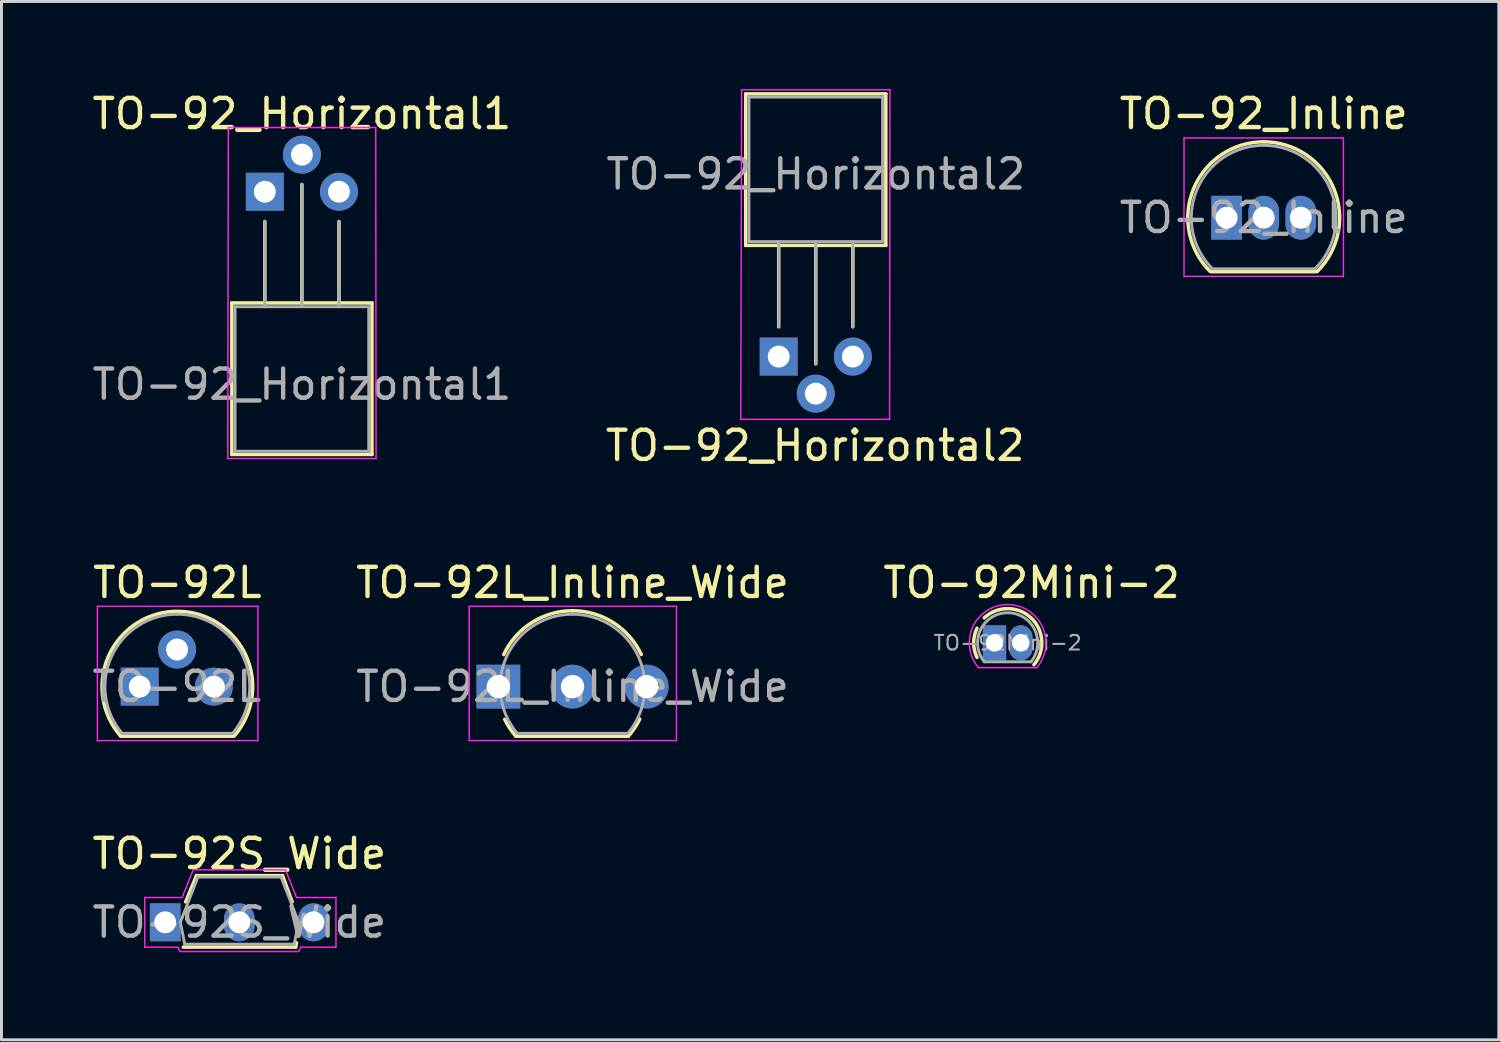
<source format=kicad_pcb>
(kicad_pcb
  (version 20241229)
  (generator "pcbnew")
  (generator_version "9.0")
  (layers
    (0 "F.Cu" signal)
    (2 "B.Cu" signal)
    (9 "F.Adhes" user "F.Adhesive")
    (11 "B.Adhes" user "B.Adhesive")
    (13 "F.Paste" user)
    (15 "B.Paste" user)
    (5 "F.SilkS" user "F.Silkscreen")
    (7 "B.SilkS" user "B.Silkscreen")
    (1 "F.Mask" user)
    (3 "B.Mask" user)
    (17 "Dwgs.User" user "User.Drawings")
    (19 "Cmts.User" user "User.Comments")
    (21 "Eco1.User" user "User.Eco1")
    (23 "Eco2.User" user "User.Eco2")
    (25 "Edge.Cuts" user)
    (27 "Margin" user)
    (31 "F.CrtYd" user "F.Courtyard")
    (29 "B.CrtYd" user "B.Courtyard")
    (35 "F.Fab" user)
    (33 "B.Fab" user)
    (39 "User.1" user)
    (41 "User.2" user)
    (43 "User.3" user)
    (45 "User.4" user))
  (footprint "TO-92_Horizontal1"
    (layer "F.Cu")
    (at 6.022 3.518)
    (property "Reference" "TO-92_Horizontal1" (at 1.27 -2.67 0) (layer "F.SilkS") (effects (font (size 1 1) (thickness 0.15))))
    (attr through_hole)
    (fp_line (start -1.13 3.81) (end 3.67 3.81) (stroke (width 0.12) (type solid)) (layer "F.SilkS"))
    (fp_line (start -1.13 9) (end -1.13 3.81) (stroke (width 0.12) (type solid)) (layer "F.SilkS"))
    (fp_line (start 0 1.02) (end 0 3.81) (stroke (width 0.12) (type solid)) (layer "F.SilkS"))
    (fp_line (start 1.27 -0.25) (end 1.27 3.81) (stroke (width 0.12) (type solid)) (layer "F.SilkS"))
    (fp_line (start 2.54 1.02) (end 2.54 3.81) (stroke (width 0.12) (type solid)) (layer "F.SilkS"))
    (fp_line (start 3.67 3.81) (end 3.67 9) (stroke (width 0.12) (type solid)) (layer "F.SilkS"))
    (fp_line (start 3.67 9) (end -1.13 9) (stroke (width 0.12) (type solid)) (layer "F.SilkS"))
    (fp_line (start -1.25 -2.2) (end -1.27 9.14) (stroke (width 0.05) (type solid)) (layer "F.CrtYd"))
    (fp_line (start -1.25 -2.2) (end 3.8 -2.2) (stroke (width 0.05) (type solid)) (layer "F.CrtYd"))
    (fp_line (start 3.81 9.14) (end -1.27 9.14) (stroke (width 0.05) (type solid)) (layer "F.CrtYd"))
    (fp_line (start 3.81 9.14) (end 3.8 -2.2) (stroke (width 0.05) (type solid)) (layer "F.CrtYd"))
    (fp_line (start -1.02 3.94) (end 3.56 3.94) (stroke (width 0.1) (type solid)) (layer "F.Fab"))
    (fp_line (start -1.02 8.89) (end -1.02 3.94) (stroke (width 0.1) (type solid)) (layer "F.Fab"))
    (fp_line (start 0 3.94) (end 0 1.02) (stroke (width 0.1) (type solid)) (layer "F.Fab"))
    (fp_line (start 1.27 3.94) (end 1.27 -0.25) (stroke (width 0.1) (type solid)) (layer "F.Fab"))
    (fp_line (start 2.54 3.94) (end 2.54 1.02) (stroke (width 0.1) (type solid)) (layer "F.Fab"))
    (fp_line (start 3.56 3.94) (end 3.56 8.89) (stroke (width 0.1) (type solid)) (layer "F.Fab"))
    (fp_line (start 3.56 8.89) (end -1.02 8.89) (stroke (width 0.1) (type solid)) (layer "F.Fab"))
    (fp_text user "${REFERENCE}" (at 1.27 6.6 0) (layer "F.Fab") (effects (font (size 1 1) (thickness 0.15))))
    (pad "1" thru_hole rect (at 0 0 90) (size 1.3 1.3) (drill 0.75) (layers "*.Cu" "*.Mask"))
    (pad "2" thru_hole circle (at 1.27 -1.27 90) (size 1.3 1.3) (drill 0.75) (layers "*.Cu" "*.Mask"))
    (pad "3" thru_hole circle (at 2.54 0 90) (size 1.3 1.3) (drill 0.75) (layers "*.Cu" "*.Mask")))
  (footprint "TO-92_Inline"
    (layer "F.Cu")
    (at 38.97 4.408)
    (property "Reference" "TO-92_Inline" (at 1.27 -3.56 0) (layer "F.SilkS") (effects (font (size 1 1) (thickness 0.15))))
    (attr through_hole)
    (fp_line (start -0.53 1.85) (end 3.07 1.85) (stroke (width 0.12) (type solid)) (layer "F.SilkS"))
    (fp_arc (start -0.568478 1.838478) (mid -1.132087 -0.994977) (end 1.27 -2.6) (stroke (width 0.12) (type solid)) (layer "F.SilkS"))
    (fp_arc (start 1.27 -2.6) (mid 3.672087 -0.994977) (end 3.108478 1.838478) (stroke (width 0.12) (type solid)) (layer "F.SilkS"))
    (fp_line (start -1.46 -2.73) (end -1.46 2.01) (stroke (width 0.05) (type solid)) (layer "F.CrtYd"))
    (fp_line (start -1.46 -2.73) (end 4 -2.73) (stroke (width 0.05) (type solid)) (layer "F.CrtYd"))
    (fp_line (start 4 2.01) (end -1.46 2.01) (stroke (width 0.05) (type solid)) (layer "F.CrtYd"))
    (fp_line (start 4 2.01) (end 4 -2.73) (stroke (width 0.05) (type solid)) (layer "F.CrtYd"))
    (fp_line (start -0.5 1.75) (end 3 1.75) (stroke (width 0.1) (type solid)) (layer "F.Fab"))
    (fp_arc (start -0.483625 1.753625) (mid -1.021221 -0.949055) (end 1.27 -2.48) (stroke (width 0.1) (type solid)) (layer "F.Fab"))
    (fp_arc (start 1.27 -2.48) (mid 3.561221 -0.949055) (end 3.023625 1.753625) (stroke (width 0.1) (type solid)) (layer "F.Fab"))
    (fp_text user "${REFERENCE}" (at 1.27 0 0) (layer "F.Fab") (effects (font (size 1 1) (thickness 0.15))))
    (pad "1" thru_hole rect (at 0 0) (size 1.05 1.5) (drill 0.75) (layers "*.Cu" "*.Mask"))
    (pad "2" thru_hole oval (at 1.27 0) (size 1.05 1.5) (drill 0.75) (layers "*.Cu" "*.Mask"))
    (pad "3" thru_hole oval (at 2.54 0) (size 1.05 1.5) (drill 0.75) (layers "*.Cu" "*.Mask")))
  (footprint "TO-92_Horizontal2"
    (layer "F.Cu")
    (at 23.625 9.165)
    (property "Reference" "TO-92_Horizontal2" (at 1.25 3.05 0) (layer "F.SilkS") (effects (font (size 1 1) (thickness 0.15))))
    (attr through_hole)
    (fp_line (start -1.13 -9) (end -1.13 -3.81) (stroke (width 0.12) (type solid)) (layer "F.SilkS"))
    (fp_line (start -1.13 -3.81) (end 3.67 -3.81) (stroke (width 0.12) (type solid)) (layer "F.SilkS"))
    (fp_line (start 0 -1.02) (end 0 -3.81) (stroke (width 0.12) (type solid)) (layer "F.SilkS"))
    (fp_line (start 1.27 0.25) (end 1.27 -3.81) (stroke (width 0.12) (type solid)) (layer "F.SilkS"))
    (fp_line (start 2.54 -1.02) (end 2.54 -3.81) (stroke (width 0.12) (type solid)) (layer "F.SilkS"))
    (fp_line (start 3.67 -9) (end -1.13 -9) (stroke (width 0.12) (type solid)) (layer "F.SilkS"))
    (fp_line (start 3.67 -3.81) (end 3.67 -9) (stroke (width 0.12) (type solid)) (layer "F.SilkS"))
    (fp_line (start -1.27 -9.14) (end -1.3 2.15) (stroke (width 0.05) (type solid)) (layer "F.CrtYd"))
    (fp_line (start -1.27 -9.14) (end 3.81 -9.14) (stroke (width 0.05) (type solid)) (layer "F.CrtYd"))
    (fp_line (start 3.8 2.15) (end -1.3 2.15) (stroke (width 0.05) (type solid)) (layer "F.CrtYd"))
    (fp_line (start 3.8 2.15) (end 3.81 -9.14) (stroke (width 0.05) (type solid)) (layer "F.CrtYd"))
    (fp_line (start -1.02 -8.89) (end -1.02 -3.94) (stroke (width 0.1) (type solid)) (layer "F.Fab"))
    (fp_line (start -1.02 -3.94) (end 3.56 -3.94) (stroke (width 0.1) (type solid)) (layer "F.Fab"))
    (fp_line (start 0 -3.94) (end 0 -1.02) (stroke (width 0.1) (type solid)) (layer "F.Fab"))
    (fp_line (start 1.27 -3.94) (end 1.27 0.25) (stroke (width 0.1) (type solid)) (layer "F.Fab"))
    (fp_line (start 2.54 -3.94) (end 2.54 -1.02) (stroke (width 0.1) (type solid)) (layer "F.Fab"))
    (fp_line (start 3.56 -8.89) (end -1.02 -8.89) (stroke (width 0.1) (type solid)) (layer "F.Fab"))
    (fp_line (start 3.56 -3.94) (end 3.56 -8.89) (stroke (width 0.1) (type solid)) (layer "F.Fab"))
    (fp_text user "${REFERENCE}" (at 1.27 -6.25 0) (layer "F.Fab") (effects (font (size 1 1) (thickness 0.15))))
    (pad "1" thru_hole rect (at 0 0 270) (size 1.3 1.3) (drill 0.75) (layers "*.Cu" "*.Mask"))
    (pad "2" thru_hole circle (at 1.27 1.27 270) (size 1.3 1.3) (drill 0.75) (layers "*.Cu" "*.Mask"))
    (pad "3" thru_hole circle (at 2.54 0 270) (size 1.3 1.3) (drill 0.75) (layers "*.Cu" "*.Mask")))
  (footprint "TO-92L"
    (layer "F.Cu")
    (at 1.736 20.471)
    (property "Reference" "TO-92L" (at 1.29 -3.56 0) (layer "F.SilkS") (effects (font (size 1 1) (thickness 0.15))))
    (attr through_hole)
    (fp_line (start -0.65 1.7) (end 3.2 1.7) (stroke (width 0.12) (type solid)) (layer "F.SilkS"))
    (fp_arc (start -0.65 1.7) (mid 1.283448 -2.579449) (end 3.238611 1.690122) (stroke (width 0.12) (type solid)) (layer "F.SilkS"))
    (fp_line (start -1.45 -2.75) (end -1.45 1.85) (stroke (width 0.05) (type solid)) (layer "F.CrtYd"))
    (fp_line (start -1.45 -2.75) (end 4.05 -2.75) (stroke (width 0.05) (type solid)) (layer "F.CrtYd"))
    (fp_line (start 4.05 1.85) (end -1.45 1.85) (stroke (width 0.05) (type solid)) (layer "F.CrtYd"))
    (fp_line (start 4.05 1.85) (end 4.05 -2.75) (stroke (width 0.05) (type solid)) (layer "F.CrtYd"))
    (fp_line (start -0.6 1.6) (end 3.15 1.6) (stroke (width 0.1) (type solid)) (layer "F.Fab"))
    (fp_arc (start -0.602818 1.602385) (mid -0.959924 -1.043188) (end 1.29 -2.48) (stroke (width 0.1) (type solid)) (layer "F.Fab"))
    (fp_arc (start 1.29 -2.48) (mid 3.537211 -1.049019) (end 3.191103 1.592547) (stroke (width 0.1) (type solid)) (layer "F.Fab"))
    (fp_text user "${REFERENCE}" (at 1.27 0 0) (layer "F.Fab") (effects (font (size 1 1) (thickness 0.15))))
    (pad "1" thru_hole rect (at 0 0) (size 1.3 1.3) (drill 0.75) (layers "*.Cu" "*.Mask"))
    (pad "2" thru_hole circle (at 1.28 -1.27) (size 1.3 1.3) (drill 0.75) (layers "*.Cu" "*.Mask"))
    (pad "3" thru_hole circle (at 2.54 0) (size 1.3 1.3) (drill 0.75) (layers "*.Cu" "*.Mask")))
  (footprint "TO-92L_Inline_Wide"
    (layer "F.Cu")
    (at 14.022 20.471)
    (property "Reference" "TO-92L_Inline_Wide" (at 2.54 -3.56 0) (layer "F.SilkS") (effects (font (size 1 1) (thickness 0.15))))
    (attr through_hole)
    (fp_line (start 0.6 1.7) (end 4.45 1.7) (stroke (width 0.12) (type solid)) (layer "F.SilkS"))
    (fp_arc (start 0.1836 -1.098807) (mid 1.143021 -2.192817) (end 2.54 -2.6) (stroke (width 0.12) (type solid)) (layer "F.SilkS"))
    (fp_arc (start 0.6 1.7) (mid 0.389183 1.423933) (end 0.217369 1.122045) (stroke (width 0.12) (type solid)) (layer "F.SilkS"))
    (fp_arc (start 2.54 -2.6) (mid 3.936979 -2.192818) (end 4.8964 -1.098807) (stroke (width 0.12) (type solid)) (layer "F.SilkS"))
    (fp_arc (start 4.842383 1.112264) (mid 4.666594 1.419753) (end 4.45 1.7) (stroke (width 0.12) (type solid)) (layer "F.SilkS"))
    (fp_line (start -1 -2.75) (end -1 1.85) (stroke (width 0.05) (type solid)) (layer "F.CrtYd"))
    (fp_line (start -1 -2.75) (end 6.1 -2.75) (stroke (width 0.05) (type solid)) (layer "F.CrtYd"))
    (fp_line (start 6.1 1.85) (end -1 1.85) (stroke (width 0.05) (type solid)) (layer "F.CrtYd"))
    (fp_line (start 6.1 1.85) (end 6.1 -2.75) (stroke (width 0.05) (type solid)) (layer "F.CrtYd"))
    (fp_line (start 0.65 1.6) (end 4.4 1.6) (stroke (width 0.1) (type solid)) (layer "F.Fab"))
    (fp_arc (start 0.647182 1.602385) (mid 0.290076 -1.043188) (end 2.54 -2.48) (stroke (width 0.1) (type solid)) (layer "F.Fab"))
    (fp_arc (start 2.54 -2.48) (mid 4.787211 -1.049019) (end 4.441103 1.592547) (stroke (width 0.1) (type solid)) (layer "F.Fab"))
    (fp_text user "${REFERENCE}" (at 2.54 0 0) (layer "F.Fab") (effects (font (size 1 1) (thickness 0.15))))
    (pad "1" thru_hole rect (at 0 0) (size 1.5 1.5) (drill 0.8) (layers "*.Cu" "*.Mask"))
    (pad "2" thru_hole circle (at 2.54 0) (size 1.5 1.5) (drill 0.8) (layers "*.Cu" "*.Mask"))
    (pad "3" thru_hole circle (at 5.08 0) (size 1.5 1.5) (drill 0.8) (layers "*.Cu" "*.Mask")))
  (footprint "TO-92Mini-2"
    (layer "F.Cu")
    (at 31.018 18.971)
    (property "Reference" "TO-92Mini-2" (at 1.27 -2.06 0) (layer "F.SilkS") (effects (font (size 1 1) (thickness 0.15))))
    (attr through_hole)
    (fp_arc (start -0.599971 0.500061) (mid -0.71297 0.000034) (end -0.6 -0.5) (stroke (width 0.12) (type solid)) (layer "F.SilkS"))
    (fp_arc (start -0.352932 -0.853112) (mid 1.253024 -0.853025) (end 1.35 0.75) (stroke (width 0.12) (type solid)) (layer "F.SilkS"))
    (fp_line (start -0.55 0.85) (end 1.45 0.85) (stroke (width 0.05) (type solid)) (layer "F.CrtYd"))
    (fp_arc (start -0.550431 0.849492) (mid 0.450333 -1.31244) (end 1.45 0.85) (stroke (width 0.05) (type solid)) (layer "F.CrtYd"))
    (fp_line (start -0.35 0.65) (end 1.25 0.65) (stroke (width 0.1) (type solid)) (layer "F.Fab"))
    (fp_arc (start -0.349861 0.650171) (mid 0.44989 -1.030776) (end 1.25 0.65) (stroke (width 0.1) (type solid)) (layer "F.Fab"))
    (fp_text user "${REFERENCE}" (at 0.45 0 0) (layer "F.Fab") (effects (font (size 0.5 0.5) (thickness 0.07))))
    (pad "1" thru_hole rect (at 0 0) (size 0.8 1.2) (drill 0.6) (layers "*.Cu" "*.Mask"))
    (pad "2" thru_hole oval (at 0.9 0) (size 0.8 1.2) (drill 0.6) (layers "*.Cu" "*.Mask")))
  (footprint "TO-92S_Wide"
    (layer "F.Cu")
    (at 2.609 28.545)
    (property "Reference" "TO-92S_Wide" (at 2.54 -2.35 0) (layer "F.SilkS") (effects (font (size 1 1) (thickness 0.15))))
    (attr through_hole)
    (fp_line (start 0.62 0.85) (end 4.47 0.85) (stroke (width 0.12) (type solid)) (layer "F.SilkS"))
    (fp_line (start 1.07 -1.6) (end 0.7 -0.7) (stroke (width 0.12) (type solid)) (layer "F.SilkS"))
    (fp_line (start 4.02 -1.6) (end 1.07 -1.6) (stroke (width 0.12) (type solid)) (layer "F.SilkS"))
    (fp_line (start 4.35 -0.7) (end 4.02 -1.6) (stroke (width 0.12) (type solid)) (layer "F.SilkS"))
    (fp_line (start 4.47 0.85) (end 4.5 0.7) (stroke (width 0.12) (type solid)) (layer "F.SilkS"))
    (fp_line (start -0.7 -0.85) (end -0.7 0.85) (stroke (width 0.05) (type solid)) (layer "F.CrtYd"))
    (fp_line (start -0.7 0.85) (end 0.43 0.85) (stroke (width 0.05) (type solid)) (layer "F.CrtYd"))
    (fp_line (start 0.51 1) (end 0.43 0.85) (stroke (width 0.05) (type solid)) (layer "F.CrtYd"))
    (fp_line (start 0.51 1) (end 4.57 1) (stroke (width 0.05) (type solid)) (layer "F.CrtYd"))
    (fp_line (start 0.58 -0.85) (end -0.7 -0.85) (stroke (width 0.05) (type solid)) (layer "F.CrtYd"))
    (fp_line (start 0.58 -0.85) (end 0.96 -1.8) (stroke (width 0.05) (type solid)) (layer "F.CrtYd"))
    (fp_line (start 4.12 -1.8) (end 0.96 -1.8) (stroke (width 0.05) (type solid)) (layer "F.CrtYd"))
    (fp_line (start 4.5 -0.85) (end 4.12 -1.8) (stroke (width 0.05) (type solid)) (layer "F.CrtYd"))
    (fp_line (start 4.5 -0.85) (end 5.85 -0.85) (stroke (width 0.05) (type solid)) (layer "F.CrtYd"))
    (fp_line (start 4.57 1) (end 4.65 0.85) (stroke (width 0.05) (type solid)) (layer "F.CrtYd"))
    (fp_line (start 5.85 -0.85) (end 5.85 0.85) (stroke (width 0.05) (type solid)) (layer "F.CrtYd"))
    (fp_line (start 5.85 0.85) (end 4.65 0.85) (stroke (width 0.05) (type solid)) (layer "F.CrtYd"))
    (fp_line (start 0.52 0) (end 1.12 -1.55) (stroke (width 0.1) (type solid)) (layer "F.Fab"))
    (fp_line (start 0.67 0.75) (end 0.52 0) (stroke (width 0.1) (type solid)) (layer "F.Fab"))
    (fp_line (start 0.67 0.75) (end 4.42 0.75) (stroke (width 0.1) (type solid)) (layer "F.Fab"))
    (fp_line (start 1.12 -1.55) (end 3.97 -1.55) (stroke (width 0.1) (type solid)) (layer "F.Fab"))
    (fp_line (start 4.42 0.75) (end 4.57 0) (stroke (width 0.1) (type solid)) (layer "F.Fab"))
    (fp_line (start 4.57 0) (end 3.97 -1.55) (stroke (width 0.1) (type solid)) (layer "F.Fab"))
    (fp_text user "${REFERENCE}" (at 2.54 0 0) (layer "F.Fab") (effects (font (size 1 1) (thickness 0.15))))
    (pad "1" thru_hole rect (at 0 0) (size 1.05 1.3) (drill 0.75) (layers "*.Cu" "*.Mask"))
    (pad "2" thru_hole oval (at 2.54 0) (size 1.05 1.3) (drill 0.75) (layers "*.Cu" "*.Mask"))
    (pad "3" thru_hole oval (at 5.08 0) (size 1.05 1.3) (drill 0.75) (layers "*.Cu" "*.Mask")))
  (gr_rect
    (start -3 -3)
    (end 48.294 32.57)
    (stroke (width 0.1) (type default))
    (fill no)
    (layer "Edge.Cuts")))
</source>
